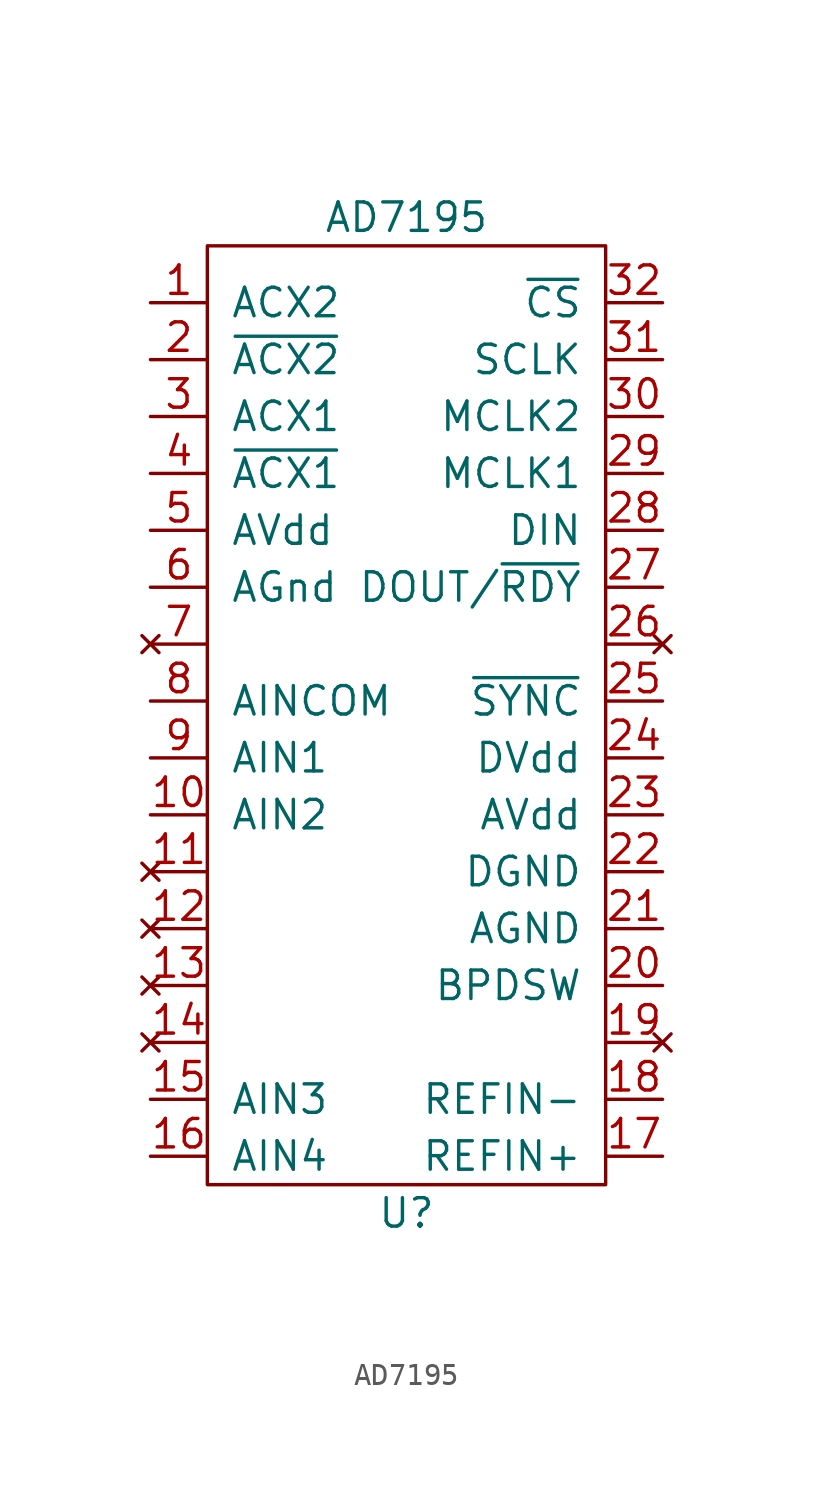
<source format=kicad_sym>
(kicad_symbol_lib
  (version 20211014)
  (generator kicad_symbol_editor)
  (symbol "AD7195"
    (pin_names
      (offset 1.016))
    (property "Reference" "U"
      (at 0 -21.59 0)
      (effects (font (size 1.27 1.27))))
    (property "Value" "AD7195"
      (at 0 22.86 0)
      (effects (font (size 1.27 1.27))))
    (symbol "AD7195_0_1"
      (rectangle (start -8.89 21.59) (end 8.89 -20.32) (stroke (width 0) (type default) (color 0 0 0 0)) (fill (type none))))
    (symbol "AD7195_1_1"
      (pin input line (at -11.43 19.05 0) (length 2.54) (name "ACX2" (effects (font (size 1.27 1.27)))) (number "1" (effects (font (size 1.27 1.27)))))
      (pin input line (at -11.43 -3.81 0) (length 2.54) (name "AIN2" (effects (font (size 1.27 1.27)))) (number "10" (effects (font (size 1.27 1.27)))))
      (pin no_connect line (at -11.43 -6.35 0) (length 2.54) (name "~" (effects (font (size 1.27 1.27)))) (number "11" (effects (font (size 1.27 1.27)))))
      (pin no_connect line (at -11.43 -8.89 0) (length 2.54) (name "~" (effects (font (size 1.27 1.27)))) (number "12" (effects (font (size 1.27 1.27)))))
      (pin no_connect line (at -11.43 -11.43 0) (length 2.54) (name "~" (effects (font (size 1.27 1.27)))) (number "13" (effects (font (size 1.27 1.27)))))
      (pin no_connect line (at -11.43 -13.97 0) (length 2.54) (name "~" (effects (font (size 1.27 1.27)))) (number "14" (effects (font (size 1.27 1.27)))))
      (pin input line (at -11.43 -16.51 0) (length 2.54) (name "AIN3" (effects (font (size 1.27 1.27)))) (number "15" (effects (font (size 1.27 1.27)))))
      (pin input line (at -11.43 -19.05 0) (length 2.54) (name "AIN4" (effects (font (size 1.27 1.27)))) (number "16" (effects (font (size 1.27 1.27)))))
      (pin input line (at 11.43 -19.05 180) (length 2.54) (name "REFIN+" (effects (font (size 1.27 1.27)))) (number "17" (effects (font (size 1.27 1.27)))))
      (pin input line (at 11.43 -16.51 180) (length 2.54) (name "REFIN-" (effects (font (size 1.27 1.27)))) (number "18" (effects (font (size 1.27 1.27)))))
      (pin no_connect line (at 11.43 -13.97 180) (length 2.54) (name "~" (effects (font (size 1.27 1.27)))) (number "19" (effects (font (size 1.27 1.27)))))
      (pin input line (at -11.43 16.51 0) (length 2.54) (name "~{ACX2}" (effects (font (size 1.27 1.27)))) (number "2" (effects (font (size 1.27 1.27)))))
      (pin input line (at 11.43 -11.43 180) (length 2.54) (name "BPDSW" (effects (font (size 1.27 1.27)))) (number "20" (effects (font (size 1.27 1.27)))))
      (pin input line (at 11.43 -8.89 180) (length 2.54) (name "AGND" (effects (font (size 1.27 1.27)))) (number "21" (effects (font (size 1.27 1.27)))))
      (pin input line (at 11.43 -6.35 180) (length 2.54) (name "DGND" (effects (font (size 1.27 1.27)))) (number "22" (effects (font (size 1.27 1.27)))))
      (pin input line (at 11.43 -3.81 180) (length 2.54) (name "AVdd" (effects (font (size 1.27 1.27)))) (number "23" (effects (font (size 1.27 1.27)))))
      (pin input line (at 11.43 -1.27 180) (length 2.54) (name "DVdd" (effects (font (size 1.27 1.27)))) (number "24" (effects (font (size 1.27 1.27)))))
      (pin input line (at 11.43 1.27 180) (length 2.54) (name "~{SYNC}" (effects (font (size 1.27 1.27)))) (number "25" (effects (font (size 1.27 1.27)))))
      (pin no_connect line (at 11.43 3.81 180) (length 2.54) (name "~" (effects (font (size 1.27 1.27)))) (number "26" (effects (font (size 1.27 1.27)))))
      (pin input line (at 11.43 6.35 180) (length 2.54) (name "DOUT/~{RDY}" (effects (font (size 1.27 1.27)))) (number "27" (effects (font (size 1.27 1.27)))))
      (pin input line (at 11.43 8.89 180) (length 2.54) (name "DIN" (effects (font (size 1.27 1.27)))) (number "28" (effects (font (size 1.27 1.27)))))
      (pin input line (at 11.43 11.43 180) (length 2.54) (name "MCLK1" (effects (font (size 1.27 1.27)))) (number "29" (effects (font (size 1.27 1.27)))))
      (pin input line (at -11.43 13.97 0) (length 2.54) (name "ACX1" (effects (font (size 1.27 1.27)))) (number "3" (effects (font (size 1.27 1.27)))))
      (pin input line (at 11.43 13.97 180) (length 2.54) (name "MCLK2" (effects (font (size 1.27 1.27)))) (number "30" (effects (font (size 1.27 1.27)))))
      (pin input line (at 11.43 16.51 180) (length 2.54) (name "SCLK" (effects (font (size 1.27 1.27)))) (number "31" (effects (font (size 1.27 1.27)))))
      (pin input line (at 11.43 19.05 180) (length 2.54) (name "~{CS}" (effects (font (size 1.27 1.27)))) (number "32" (effects (font (size 1.27 1.27)))))
      (pin power_in line (at -2.54 -22.86 90) (length 2.54) hide (name "GND" (effects (font (size 1.27 1.27)))) (number "33" (effects (font (size 1.27 1.27)))))
      (pin input line (at -11.43 11.43 0) (length 2.54) (name "~{ACX1}" (effects (font (size 1.27 1.27)))) (number "4" (effects (font (size 1.27 1.27)))))
      (pin input line (at -11.43 8.89 0) (length 2.54) (name "AVdd" (effects (font (size 1.27 1.27)))) (number "5" (effects (font (size 1.27 1.27)))))
      (pin input line (at -11.43 6.35 0) (length 2.54) (name "AGnd" (effects (font (size 1.27 1.27)))) (number "6" (effects (font (size 1.27 1.27)))))
      (pin no_connect line (at -11.43 3.81 0) (length 2.54) (name "~" (effects (font (size 1.27 1.27)))) (number "7" (effects (font (size 1.27 1.27)))))
      (pin input line (at -11.43 1.27 0) (length 2.54) (name "AINCOM" (effects (font (size 1.27 1.27)))) (number "8" (effects (font (size 1.27 1.27)))))
      (pin input line (at -11.43 -1.27 0) (length 2.54) (name "AIN1" (effects (font (size 1.27 1.27)))) (number "9" (effects (font (size 1.27 1.27))))))))
</source>
